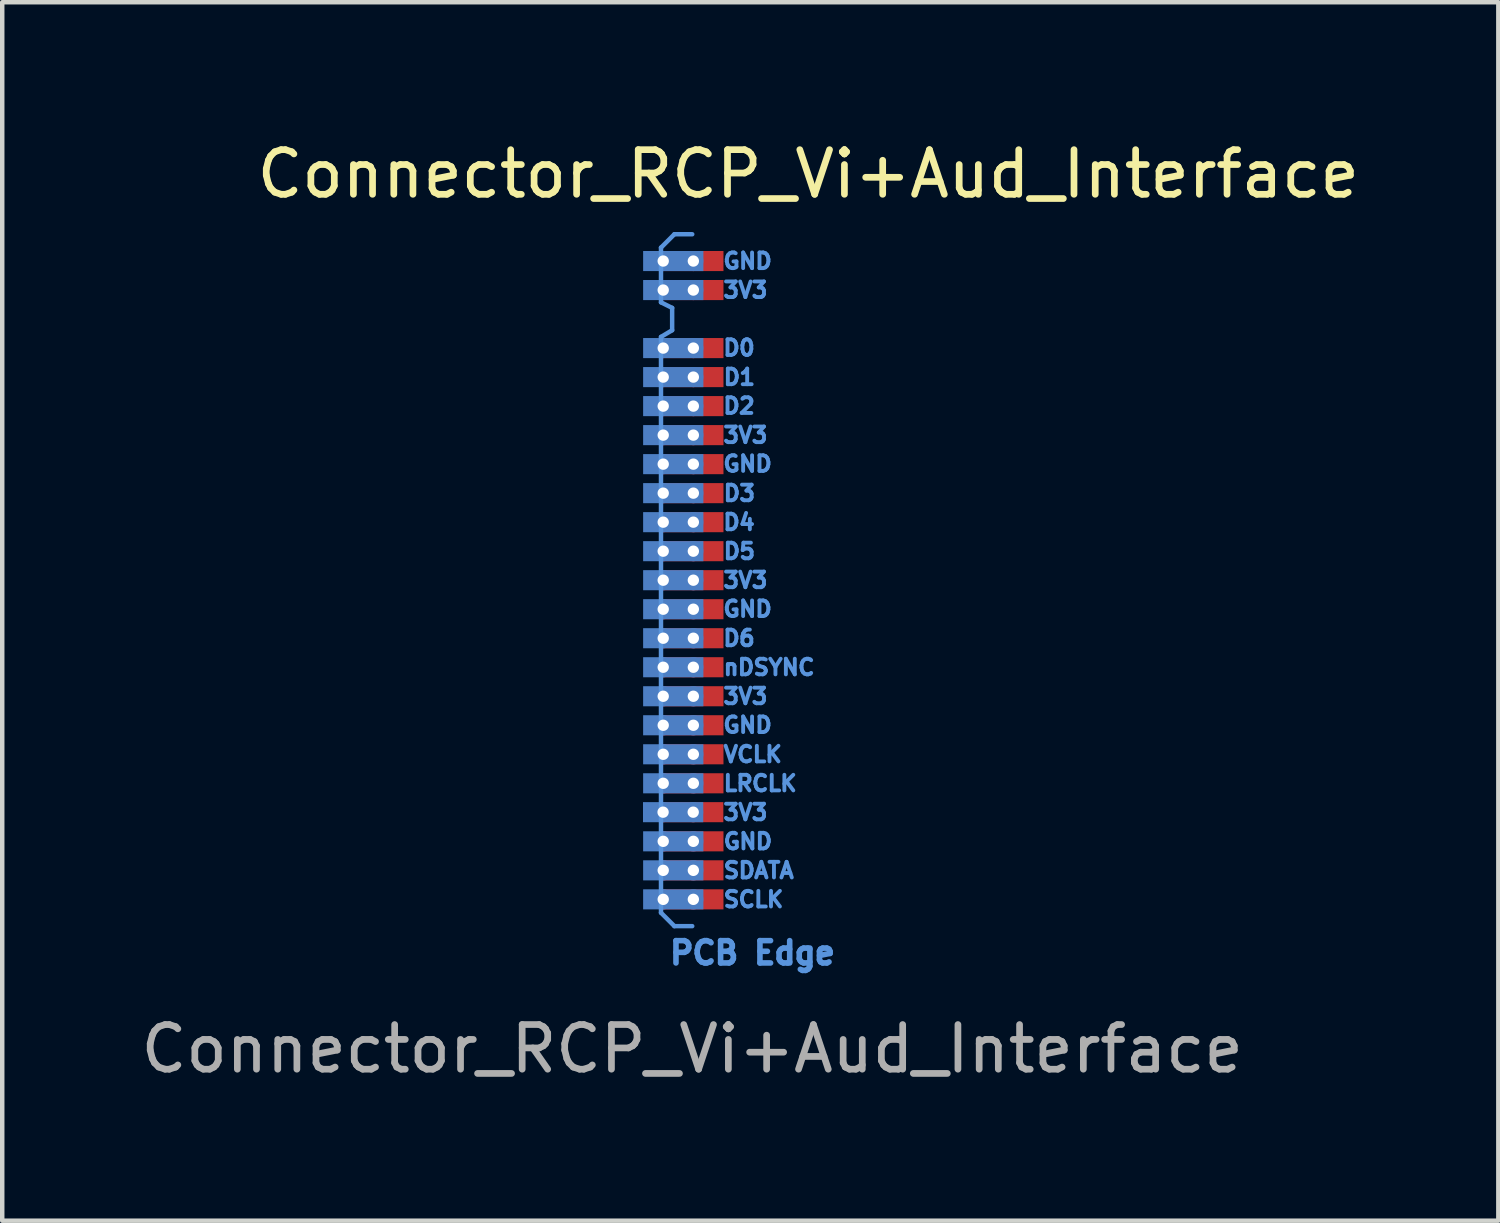
<source format=kicad_pcb>
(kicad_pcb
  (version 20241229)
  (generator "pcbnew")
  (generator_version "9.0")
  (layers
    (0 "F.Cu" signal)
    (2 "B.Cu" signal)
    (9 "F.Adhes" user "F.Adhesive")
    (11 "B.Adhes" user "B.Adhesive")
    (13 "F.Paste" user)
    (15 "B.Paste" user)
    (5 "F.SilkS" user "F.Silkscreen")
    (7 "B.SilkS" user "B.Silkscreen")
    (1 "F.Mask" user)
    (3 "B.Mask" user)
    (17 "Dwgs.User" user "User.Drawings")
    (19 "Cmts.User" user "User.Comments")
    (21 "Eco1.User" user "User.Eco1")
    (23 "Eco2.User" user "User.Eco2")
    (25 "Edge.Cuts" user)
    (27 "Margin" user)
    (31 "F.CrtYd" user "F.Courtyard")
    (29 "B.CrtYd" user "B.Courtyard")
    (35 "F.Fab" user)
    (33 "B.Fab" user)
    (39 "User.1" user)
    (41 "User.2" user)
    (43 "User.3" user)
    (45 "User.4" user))
  (footprint "Connector_RCP_Vi+Aud_Interface"
    (layer "F.Cu")
    (at 11.808 13.848)
    (property "Reference" "Connector_RCP_Vi+Aud_Interface" (at 3.25 -13 0) (unlocked yes) (layer "F.SilkS") (effects (font (size 1 1) (thickness 0.15))))
    (attr smd)
    (fp_line (start -0.05 -11.35) (end 0.25 -11.65) (stroke (width 0.1) (type solid)) (layer "Cmts.User"))
    (fp_line (start -0.05 -10.125) (end -0.05 -11.35) (stroke (width 0.1) (type solid)) (layer "Cmts.User"))
    (fp_line (start -0.05 -9.35) (end 0.2 -9.5) (stroke (width 0.1) (type solid)) (layer "Cmts.User"))
    (fp_line (start -0.05 3.55) (end -0.05 -9.35) (stroke (width 0.1) (type solid)) (layer "Cmts.User"))
    (fp_line (start 0.2 -10) (end -0.05 -10.125) (stroke (width 0.1) (type solid)) (layer "Cmts.User"))
    (fp_line (start 0.2 -9.5) (end 0.2 -10) (stroke (width 0.1) (type solid)) (layer "Cmts.User"))
    (fp_line (start 0.25 -11.65) (end 0.65 -11.65) (stroke (width 0.1) (type solid)) (layer "Cmts.User"))
    (fp_line (start 0.25 3.85) (end -0.05 3.55) (stroke (width 0.1) (type solid)) (layer "Cmts.User"))
    (fp_line (start 0.25 3.85) (end 0.65 3.85) (stroke (width 0.1) (type solid)) (layer "Cmts.User"))
    (fp_text user "GND" (at 1.3 -11.049 0) (unlocked yes) (layer "Cmts.User") (effects (font (size 0.35 0.35) (thickness 0.087)) (justify left)))
    (fp_text user "SDATA" (at 1.307 2.602 0) (unlocked yes) (layer "Cmts.User") (effects (font (size 0.35 0.35) (thickness 0.087)) (justify left)))
    (fp_text user "D0" (at 1.3 -9.104 0) (unlocked yes) (layer "Cmts.User") (effects (font (size 0.35 0.35) (thickness 0.087)) (justify left)))
    (fp_text user "GND" (at 1.307 1.952 0) (unlocked yes) (layer "Cmts.User") (effects (font (size 0.35 0.35) (thickness 0.087)) (justify left)))
    (fp_text user "LRCLK" (at 1.307 0.652 0) (unlocked yes) (layer "Cmts.User") (effects (font (size 0.35 0.35) (thickness 0.087)) (justify left)))
    (fp_text user "GND" (at 1.3 -6.506 0) (unlocked yes) (layer "Cmts.User") (effects (font (size 0.35 0.35) (thickness 0.087)) (justify left)))
    (fp_text user "3V3" (at 1.3 -1.3 0) (unlocked yes) (layer "Cmts.User") (effects (font (size 0.35 0.35) (thickness 0.087)) (justify left)))
    (fp_text user "D1" (at 1.307 -8.448 0) (unlocked yes) (layer "Cmts.User") (effects (font (size 0.35 0.35) (thickness 0.087)) (justify left)))
    (fp_text user "GND" (at 1.3 -3.254 0) (unlocked yes) (layer "Cmts.User") (effects (font (size 0.35 0.35) (thickness 0.087)) (justify left)))
    (fp_text user "PCB Edge" (at 2 4.45 0) (unlocked yes) (layer "Cmts.User") (effects (font (size 0.5 0.5) (thickness 0.125))))
    (fp_text user "3V3" (at 1.3 -3.9 0) (unlocked yes) (layer "Cmts.User") (effects (font (size 0.35 0.35) (thickness 0.087)) (justify left)))
    (fp_text user "3V3" (at 1.3 -7.15 0) (unlocked yes) (layer "Cmts.User") (effects (font (size 0.35 0.35) (thickness 0.087)) (justify left)))
    (fp_text user "3V3" (at 1.3 1.3 0) (unlocked yes) (layer "Cmts.User") (effects (font (size 0.35 0.35) (thickness 0.087)) (justify left)))
    (fp_text user "VCLK" (at 1.307 0.002 0) (unlocked yes) (layer "Cmts.User") (effects (font (size 0.35 0.35) (thickness 0.087)) (justify left)))
    (fp_text user "D3" (at 1.307 -5.848 0) (unlocked yes) (layer "Cmts.User") (effects (font (size 0.35 0.35) (thickness 0.087)) (justify left)))
    (fp_text user "D4" (at 1.3 -5.198 0) (unlocked yes) (layer "Cmts.User") (effects (font (size 0.35 0.35) (thickness 0.087)) (justify left)))
    (fp_text user "3V3" (at 1.3 -10.4 0) (unlocked yes) (layer "Cmts.User") (effects (font (size 0.35 0.35) (thickness 0.087)) (justify left)))
    (fp_text user "SCLK" (at 1.307 3.252 0) (unlocked yes) (layer "Cmts.User") (effects (font (size 0.35 0.35) (thickness 0.087)) (justify left)))
    (fp_text user "D5" (at 1.307 -4.548 0) (unlocked yes) (layer "Cmts.User") (effects (font (size 0.35 0.35) (thickness 0.087)) (justify left)))
    (fp_text user "D6" (at 1.3 -2.6 0) (unlocked yes) (layer "Cmts.User") (effects (font (size 0.35 0.35) (thickness 0.087)) (justify left)))
    (fp_text user "nDSYNC" (at 1.307 -1.948 0) (unlocked yes) (layer "Cmts.User") (effects (font (size 0.35 0.35) (thickness 0.087)) (justify left)))
    (fp_text user "D2" (at 1.3 -7.805 0) (unlocked yes) (layer "Cmts.User") (effects (font (size 0.35 0.35) (thickness 0.087)) (justify left)))
    (fp_text user "GND" (at 1.3 -0.655 0) (unlocked yes) (layer "Cmts.User") (effects (font (size 0.35 0.35) (thickness 0.087)) (justify left)))
    (fp_text user "${REFERENCE}" (at 0.65 6.6 0) (unlocked yes) (layer "F.Fab") (effects (font (size 1 1) (thickness 0.15))))
    (pad "6" thru_hole circle (at 0 3.25) (size 0.45 0.45) (drill 0.254) (layers "*.Cu" "*.Mask"))
    (pad "6" smd rect (at 0.225 3.25) (size 1.35 0.45) (layers "B.Cu" "B.Mask"))
    (pad "6" thru_hole circle (at 0.675 3.25) (size 0.45 0.45) (drill 0.254) (layers "*.Cu" "*.Mask"))
    (pad "6" smd rect (at 0.675 3.25) (size 1.35 0.45) (layers "F.Cu" "F.Mask"))
    (pad "7" thru_hole circle (at 0 2.6) (size 0.45 0.45) (drill 0.254) (layers "*.Cu" "*.Mask"))
    (pad "7" smd rect (at 0.225 2.6) (size 1.35 0.45) (layers "B.Cu" "B.Mask"))
    (pad "7" thru_hole circle (at 0.675 2.6) (size 0.45 0.45) (drill 0.254) (layers "*.Cu" "*.Mask"))
    (pad "7" smd rect (at 0.675 2.6) (size 1.35 0.45) (layers "F.Cu" "F.Mask"))
    (pad "8" thru_hole circle (at 0 1.95) (size 0.45 0.45) (drill 0.254) (layers "*.Cu" "*.Mask"))
    (pad "8" smd rect (at 0.225 1.95) (size 1.35 0.45) (layers "B.Cu" "B.Mask"))
    (pad "8" thru_hole circle (at 0.675 1.95) (size 0.45 0.45) (drill 0.254) (layers "*.Cu" "*.Mask"))
    (pad "8" smd rect (at 0.675 1.95) (size 1.35 0.45) (layers "F.Cu" "F.Mask"))
    (pad "9" thru_hole circle (at -0.003 1.297) (size 0.45 0.45) (drill 0.254) (layers "*.Cu" "*.Mask"))
    (pad "9" smd rect (at 0.222 1.297) (size 1.35 0.45) (layers "B.Cu" "B.Mask"))
    (pad "9" thru_hole circle (at 0.672 1.297) (size 0.45 0.45) (drill 0.254) (layers "*.Cu" "*.Mask"))
    (pad "9" smd rect (at 0.672 1.297) (size 1.35 0.45) (layers "F.Cu" "F.Mask"))
    (pad "10" thru_hole circle (at 0 0.65) (size 0.45 0.45) (drill 0.254) (layers "*.Cu" "*.Mask"))
    (pad "10" smd rect (at 0.225 0.65) (size 1.35 0.45) (layers "B.Cu" "B.Mask"))
    (pad "10" thru_hole circle (at 0.675 0.65) (size 0.45 0.45) (drill 0.254) (layers "*.Cu" "*.Mask"))
    (pad "10" smd rect (at 0.675 0.65) (size 1.35 0.45) (layers "F.Cu" "F.Mask"))
    (pad "11" thru_hole circle (at 0 0) (size 0.45 0.45) (drill 0.254) (layers "*.Cu" "*.Mask"))
    (pad "11" smd rect (at 0.225 0) (size 1.35 0.45) (layers "B.Cu" "B.Mask"))
    (pad "11" thru_hole circle (at 0.675 0) (size 0.45 0.45) (drill 0.254) (layers "*.Cu" "*.Mask"))
    (pad "11" smd rect (at 0.675 0) (size 1.35 0.45) (layers "F.Cu" "F.Mask"))
    (pad "12" thru_hole circle (at 0 -0.65) (size 0.45 0.45) (drill 0.254) (layers "*.Cu" "*.Mask"))
    (pad "12" smd rect (at 0.225 -0.65) (size 1.35 0.45) (layers "B.Cu" "B.Mask"))
    (pad "12" thru_hole circle (at 0.675 -0.65) (size 0.45 0.45) (drill 0.254) (layers "*.Cu" "*.Mask"))
    (pad "12" smd rect (at 0.675 -0.65) (size 1.35 0.45) (layers "F.Cu" "F.Mask"))
    (pad "13" thru_hole circle (at 0 -1.3) (size 0.45 0.45) (drill 0.254) (layers "*.Cu" "*.Mask"))
    (pad "13" smd rect (at 0.225 -1.3) (size 1.35 0.45) (layers "B.Cu" "B.Mask"))
    (pad "13" thru_hole circle (at 0.675 -1.3) (size 0.45 0.45) (drill 0.254) (layers "*.Cu" "*.Mask"))
    (pad "13" smd rect (at 0.675 -1.3) (size 1.35 0.45) (layers "F.Cu" "F.Mask"))
    (pad "14" thru_hole circle (at 0 -1.95) (size 0.45 0.45) (drill 0.254) (layers "*.Cu" "*.Mask"))
    (pad "14" smd rect (at 0.225 -1.95) (size 1.35 0.45) (layers "B.Cu" "B.Mask"))
    (pad "14" thru_hole circle (at 0.675 -1.95) (size 0.45 0.45) (drill 0.254) (layers "*.Cu" "*.Mask"))
    (pad "14" smd rect (at 0.675 -1.95) (size 1.35 0.45) (layers "F.Cu" "F.Mask"))
    (pad "15" thru_hole circle (at 0 -2.6) (size 0.45 0.45) (drill 0.254) (layers "*.Cu" "*.Mask"))
    (pad "15" smd rect (at 0.225 -2.6) (size 1.35 0.45) (layers "B.Cu" "B.Mask"))
    (pad "15" thru_hole circle (at 0.675 -2.6) (size 0.45 0.45) (drill 0.254) (layers "*.Cu" "*.Mask"))
    (pad "15" smd rect (at 0.675 -2.6) (size 1.35 0.45) (layers "F.Cu" "F.Mask"))
    (pad "16" thru_hole circle (at 0 -3.25) (size 0.45 0.45) (drill 0.254) (layers "*.Cu" "*.Mask"))
    (pad "16" smd rect (at 0.225 -3.25) (size 1.35 0.45) (layers "B.Cu" "B.Mask"))
    (pad "16" thru_hole circle (at 0.675 -3.25) (size 0.45 0.45) (drill 0.254) (layers "*.Cu" "*.Mask"))
    (pad "16" smd rect (at 0.675 -3.25) (size 1.35 0.45) (layers "F.Cu" "F.Mask"))
    (pad "17" thru_hole circle (at 0 -3.9) (size 0.45 0.45) (drill 0.254) (layers "*.Cu" "*.Mask"))
    (pad "17" smd rect (at 0.225 -3.9) (size 1.35 0.45) (layers "B.Cu" "B.Mask"))
    (pad "17" thru_hole circle (at 0.675 -3.9) (size 0.45 0.45) (drill 0.254) (layers "*.Cu" "*.Mask"))
    (pad "17" smd rect (at 0.675 -3.9) (size 1.35 0.45) (layers "F.Cu" "F.Mask"))
    (pad "18" thru_hole circle (at 0 -4.55) (size 0.45 0.45) (drill 0.254) (layers "*.Cu" "*.Mask"))
    (pad "18" smd rect (at 0.225 -4.55) (size 1.35 0.45) (layers "B.Cu" "B.Mask"))
    (pad "18" thru_hole circle (at 0.675 -4.55) (size 0.45 0.45) (drill 0.254) (layers "*.Cu" "*.Mask"))
    (pad "18" smd rect (at 0.675 -4.55) (size 1.35 0.45) (layers "F.Cu" "F.Mask"))
    (pad "19" thru_hole circle (at 0 -5.2) (size 0.45 0.45) (drill 0.254) (layers "*.Cu" "*.Mask"))
    (pad "19" smd rect (at 0.225 -5.2) (size 1.35 0.45) (layers "B.Cu" "B.Mask"))
    (pad "19" thru_hole circle (at 0.675 -5.2) (size 0.45 0.45) (drill 0.254) (layers "*.Cu" "*.Mask"))
    (pad "19" smd rect (at 0.675 -5.2) (size 1.35 0.45) (layers "F.Cu" "F.Mask"))
    (pad "20" thru_hole circle (at 0 -5.85) (size 0.45 0.45) (drill 0.254) (layers "*.Cu" "*.Mask"))
    (pad "20" smd rect (at 0.225 -5.85) (size 1.35 0.45) (layers "B.Cu" "B.Mask"))
    (pad "20" thru_hole circle (at 0.675 -5.85) (size 0.45 0.45) (drill 0.254) (layers "*.Cu" "*.Mask"))
    (pad "20" smd rect (at 0.675 -5.85) (size 1.35 0.45) (layers "F.Cu" "F.Mask"))
    (pad "21" thru_hole circle (at 0 -6.5) (size 0.45 0.45) (drill 0.254) (layers "*.Cu" "*.Mask"))
    (pad "21" smd rect (at 0.225 -6.5) (size 1.35 0.45) (layers "B.Cu" "B.Mask" "B.Paste"))
    (pad "21" thru_hole circle (at 0.675 -6.5) (size 0.45 0.45) (drill 0.254) (layers "*.Cu" "*.Mask"))
    (pad "21" smd rect (at 0.675 -6.5) (size 1.35 0.45) (layers "F.Cu" "F.Mask"))
    (pad "22" thru_hole circle (at 0 -7.15) (size 0.45 0.45) (drill 0.254) (layers "*.Cu" "*.Mask"))
    (pad "22" smd rect (at 0.225 -7.15) (size 1.35 0.45) (layers "B.Cu" "B.Mask"))
    (pad "22" thru_hole circle (at 0.675 -7.15) (size 0.45 0.45) (drill 0.254) (layers "*.Cu" "*.Mask"))
    (pad "22" smd rect (at 0.675 -7.15) (size 1.35 0.45) (layers "F.Cu" "F.Mask"))
    (pad "23" thru_hole circle (at 0 -7.8) (size 0.45 0.45) (drill 0.254) (layers "*.Cu" "*.Mask"))
    (pad "23" smd rect (at 0.225 -7.8) (size 1.35 0.45) (layers "B.Cu" "B.Mask"))
    (pad "23" thru_hole circle (at 0.675 -7.8) (size 0.45 0.45) (drill 0.254) (layers "*.Cu" "*.Mask"))
    (pad "23" smd rect (at 0.675 -7.8) (size 1.35 0.45) (layers "F.Cu" "F.Mask"))
    (pad "24" thru_hole circle (at 0 -8.45) (size 0.45 0.45) (drill 0.254) (layers "*.Cu" "*.Mask"))
    (pad "24" smd rect (at 0.225 -8.45) (size 1.35 0.45) (layers "B.Cu" "B.Mask"))
    (pad "24" thru_hole circle (at 0.675 -8.45) (size 0.45 0.45) (drill 0.254) (layers "*.Cu" "*.Mask"))
    (pad "24" smd rect (at 0.675 -8.45) (size 1.35 0.45) (layers "F.Cu" "F.Mask"))
    (pad "25" thru_hole circle (at 0 -9.1) (size 0.45 0.45) (drill 0.254) (layers "*.Cu" "*.Mask"))
    (pad "25" smd rect (at 0.225 -9.1) (size 1.35 0.45) (layers "B.Cu" "B.Mask"))
    (pad "25" thru_hole circle (at 0.675 -9.1) (size 0.45 0.45) (drill 0.254) (layers "*.Cu" "*.Mask"))
    (pad "25" smd rect (at 0.675 -9.1) (size 1.35 0.45) (layers "F.Cu" "F.Mask"))
    (pad "27" thru_hole circle (at 0 -10.4) (size 0.45 0.45) (drill 0.254) (layers "*.Cu" "*.Mask"))
    (pad "27" smd rect (at 0.225 -10.4) (size 1.35 0.45) (layers "B.Cu" "B.Mask"))
    (pad "27" thru_hole circle (at 0.675 -10.4) (size 0.45 0.45) (drill 0.254) (layers "*.Cu" "*.Mask"))
    (pad "27" smd rect (at 0.675 -10.4) (size 1.35 0.45) (layers "F.Cu" "F.Mask"))
    (pad "28" thru_hole circle (at 0 -11.05) (size 0.45 0.45) (drill 0.254) (layers "*.Cu" "*.Mask"))
    (pad "28" smd rect (at 0.225 -11.05) (size 1.35 0.45) (layers "B.Cu" "B.Mask"))
    (pad "28" thru_hole circle (at 0.675 -11.05) (size 0.45 0.45) (drill 0.254) (layers "*.Cu" "*.Mask"))
    (pad "28" smd rect (at 0.675 -11.05) (size 1.35 0.45) (layers "F.Cu" "F.Mask")))
  (gr_rect
    (start -3 -3)
    (end 30.517 24.297)
    (stroke (width 0.1) (type default))
    (fill no)
    (layer "Edge.Cuts")))
</source>
